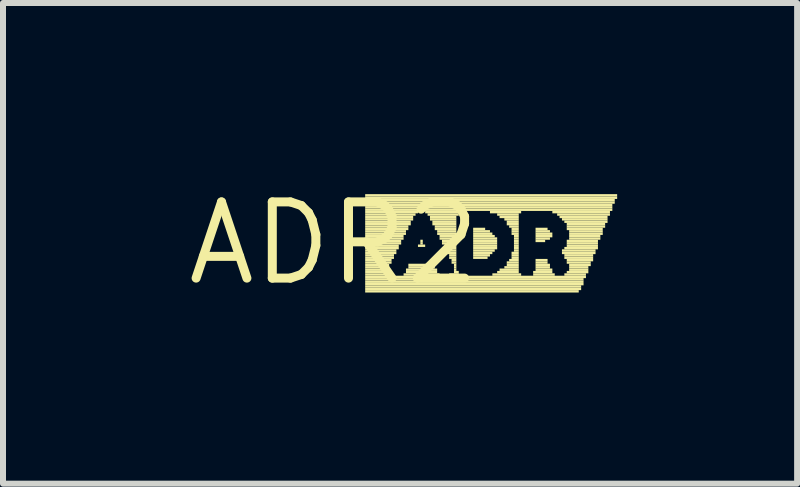
<source format=kicad_pcb>
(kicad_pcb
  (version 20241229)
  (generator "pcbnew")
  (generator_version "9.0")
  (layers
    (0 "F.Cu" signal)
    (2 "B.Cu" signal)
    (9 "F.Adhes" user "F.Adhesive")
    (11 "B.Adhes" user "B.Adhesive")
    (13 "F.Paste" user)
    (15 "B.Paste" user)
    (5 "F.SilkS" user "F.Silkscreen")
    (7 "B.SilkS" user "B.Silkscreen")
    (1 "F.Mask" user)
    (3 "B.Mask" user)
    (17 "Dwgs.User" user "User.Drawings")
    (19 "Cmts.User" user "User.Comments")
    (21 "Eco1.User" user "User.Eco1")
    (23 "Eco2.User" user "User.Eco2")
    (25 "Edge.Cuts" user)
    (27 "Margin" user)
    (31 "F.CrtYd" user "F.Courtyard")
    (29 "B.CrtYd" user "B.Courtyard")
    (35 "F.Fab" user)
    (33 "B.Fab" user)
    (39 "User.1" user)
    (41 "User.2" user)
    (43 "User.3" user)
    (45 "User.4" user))
  (footprint "ADR2"
    (layer "F.Cu")
    (at 2.517 1.006)
    (property "Reference" "ADR2" (at 0 0 0) (layer "F.SilkS") (effects (font (size 1.27 1.27) (thickness 0.15))))
    (attr through_hole)
    (fp_poly (pts (xy 0.52 -0.78) (xy 4.72 -0.78) (xy 4.72 -0.82) (xy 0.52 -0.82)) (stroke (width 0) (type solid)) (fill yes) (layer "F.SilkS"))
    (fp_poly (pts (xy 0.52 -0.74) (xy 4.72 -0.74) (xy 4.72 -0.78) (xy 0.52 -0.78)) (stroke (width 0) (type solid)) (fill yes) (layer "F.SilkS"))
    (fp_poly (pts (xy 0.52 -0.7) (xy 4.68 -0.7) (xy 4.68 -0.74) (xy 0.52 -0.74)) (stroke (width 0) (type solid)) (fill yes) (layer "F.SilkS"))
    (fp_poly (pts (xy 0.52 -0.66) (xy 4.68 -0.66) (xy 4.68 -0.7) (xy 0.52 -0.7)) (stroke (width 0) (type solid)) (fill yes) (layer "F.SilkS"))
    (fp_poly (pts (xy 0.52 -0.62) (xy 4.64 -0.62) (xy 4.64 -0.66) (xy 0.52 -0.66)) (stroke (width 0) (type solid)) (fill yes) (layer "F.SilkS"))
    (fp_poly (pts (xy 0.52 -0.58) (xy 4.64 -0.58) (xy 4.64 -0.62) (xy 0.52 -0.62)) (stroke (width 0) (type solid)) (fill yes) (layer "F.SilkS"))
    (fp_poly (pts (xy 0.52 -0.54) (xy 4.64 -0.54) (xy 4.64 -0.58) (xy 0.52 -0.58)) (stroke (width 0) (type solid)) (fill yes) (layer "F.SilkS"))
    (fp_poly (pts (xy 0.52 -0.5) (xy 1.4 -0.5) (xy 1.4 -0.54) (xy 0.52 -0.54)) (stroke (width 0) (type solid)) (fill yes) (layer "F.SilkS"))
    (fp_poly (pts (xy 0.52 -0.46) (xy 1.36 -0.46) (xy 1.36 -0.5) (xy 0.52 -0.5)) (stroke (width 0) (type solid)) (fill yes) (layer "F.SilkS"))
    (fp_poly (pts (xy 0.52 -0.42) (xy 1.32 -0.42) (xy 1.32 -0.46) (xy 0.52 -0.46)) (stroke (width 0) (type solid)) (fill yes) (layer "F.SilkS"))
    (fp_poly (pts (xy 0.52 -0.38) (xy 1.32 -0.38) (xy 1.32 -0.42) (xy 0.52 -0.42)) (stroke (width 0) (type solid)) (fill yes) (layer "F.SilkS"))
    (fp_poly (pts (xy 0.52 -0.34) (xy 1.28 -0.34) (xy 1.28 -0.38) (xy 0.52 -0.38)) (stroke (width 0) (type solid)) (fill yes) (layer "F.SilkS"))
    (fp_poly (pts (xy 0.52 -0.3) (xy 1.28 -0.3) (xy 1.28 -0.34) (xy 0.52 -0.34)) (stroke (width 0) (type solid)) (fill yes) (layer "F.SilkS"))
    (fp_poly (pts (xy 0.52 -0.26) (xy 1.24 -0.26) (xy 1.24 -0.3) (xy 0.52 -0.3)) (stroke (width 0) (type solid)) (fill yes) (layer "F.SilkS"))
    (fp_poly (pts (xy 0.52 -0.22) (xy 1.24 -0.22) (xy 1.24 -0.26) (xy 0.52 -0.26)) (stroke (width 0) (type solid)) (fill yes) (layer "F.SilkS"))
    (fp_poly (pts (xy 0.52 -0.18) (xy 1.2 -0.18) (xy 1.2 -0.22) (xy 0.52 -0.22)) (stroke (width 0) (type solid)) (fill yes) (layer "F.SilkS"))
    (fp_poly (pts (xy 0.52 -0.14) (xy 1.2 -0.14) (xy 1.2 -0.18) (xy 0.52 -0.18)) (stroke (width 0) (type solid)) (fill yes) (layer "F.SilkS"))
    (fp_poly (pts (xy 0.52 -0.1) (xy 1.16 -0.1) (xy 1.16 -0.14) (xy 0.52 -0.14)) (stroke (width 0) (type solid)) (fill yes) (layer "F.SilkS"))
    (fp_poly (pts (xy 0.52 -0.06) (xy 1.16 -0.06) (xy 1.16 -0.1) (xy 0.52 -0.1)) (stroke (width 0) (type solid)) (fill yes) (layer "F.SilkS"))
    (fp_poly (pts (xy 0.52 -0.02) (xy 1.12 -0.02) (xy 1.12 -0.06) (xy 0.52 -0.06)) (stroke (width 0) (type solid)) (fill yes) (layer "F.SilkS"))
    (fp_poly (pts (xy 0.52 0.02) (xy 1.12 0.02) (xy 1.12 -0.02) (xy 0.52 -0.02)) (stroke (width 0) (type solid)) (fill yes) (layer "F.SilkS"))
    (fp_poly (pts (xy 0.52 0.06) (xy 1.08 0.06) (xy 1.08 0.02) (xy 0.52 0.02)) (stroke (width 0) (type solid)) (fill yes) (layer "F.SilkS"))
    (fp_poly (pts (xy 0.52 0.1) (xy 1.08 0.1) (xy 1.08 0.06) (xy 0.52 0.06)) (stroke (width 0) (type solid)) (fill yes) (layer "F.SilkS"))
    (fp_poly (pts (xy 0.52 0.14) (xy 1.04 0.14) (xy 1.04 0.1) (xy 0.52 0.1)) (stroke (width 0) (type solid)) (fill yes) (layer "F.SilkS"))
    (fp_poly (pts (xy 0.52 0.18) (xy 1.04 0.18) (xy 1.04 0.14) (xy 0.52 0.14)) (stroke (width 0) (type solid)) (fill yes) (layer "F.SilkS"))
    (fp_poly (pts (xy 0.52 0.22) (xy 1 0.22) (xy 1 0.18) (xy 0.52 0.18)) (stroke (width 0) (type solid)) (fill yes) (layer "F.SilkS"))
    (fp_poly (pts (xy 0.52 0.26) (xy 1 0.26) (xy 1 0.22) (xy 0.52 0.22)) (stroke (width 0) (type solid)) (fill yes) (layer "F.SilkS"))
    (fp_poly (pts (xy 0.52 0.3) (xy 0.96 0.3) (xy 0.96 0.26) (xy 0.52 0.26)) (stroke (width 0) (type solid)) (fill yes) (layer "F.SilkS"))
    (fp_poly (pts (xy 0.52 0.34) (xy 0.96 0.34) (xy 0.96 0.3) (xy 0.52 0.3)) (stroke (width 0) (type solid)) (fill yes) (layer "F.SilkS"))
    (fp_poly (pts (xy 0.52 0.38) (xy 0.92 0.38) (xy 0.92 0.34) (xy 0.52 0.34)) (stroke (width 0) (type solid)) (fill yes) (layer "F.SilkS"))
    (fp_poly (pts (xy 0.52 0.42) (xy 0.92 0.42) (xy 0.92 0.38) (xy 0.52 0.38)) (stroke (width 0) (type solid)) (fill yes) (layer "F.SilkS"))
    (fp_poly (pts (xy 0.52 0.46) (xy 0.92 0.46) (xy 0.92 0.42) (xy 0.52 0.42)) (stroke (width 0) (type solid)) (fill yes) (layer "F.SilkS"))
    (fp_poly (pts (xy 0.52 0.5) (xy 0.92 0.5) (xy 0.92 0.46) (xy 0.52 0.46)) (stroke (width 0) (type solid)) (fill yes) (layer "F.SilkS"))
    (fp_poly (pts (xy 0.52 0.54) (xy 1 0.54) (xy 1 0.5) (xy 0.52 0.5)) (stroke (width 0) (type solid)) (fill yes) (layer "F.SilkS"))
    (fp_poly (pts (xy 0.52 0.58) (xy 4.2 0.58) (xy 4.2 0.54) (xy 0.52 0.54)) (stroke (width 0) (type solid)) (fill yes) (layer "F.SilkS"))
    (fp_poly (pts (xy 0.52 0.62) (xy 4.16 0.62) (xy 4.16 0.58) (xy 0.52 0.58)) (stroke (width 0) (type solid)) (fill yes) (layer "F.SilkS"))
    (fp_poly (pts (xy 0.52 0.66) (xy 4.16 0.66) (xy 4.16 0.62) (xy 0.52 0.62)) (stroke (width 0) (type solid)) (fill yes) (layer "F.SilkS"))
    (fp_poly (pts (xy 0.52 0.7) (xy 4.16 0.7) (xy 4.16 0.66) (xy 0.52 0.66)) (stroke (width 0) (type solid)) (fill yes) (layer "F.SilkS"))
    (fp_poly (pts (xy 0.52 0.74) (xy 4.12 0.74) (xy 4.12 0.7) (xy 0.52 0.7)) (stroke (width 0) (type solid)) (fill yes) (layer "F.SilkS"))
    (fp_poly (pts (xy 0.52 0.78) (xy 4.12 0.78) (xy 4.12 0.74) (xy 0.52 0.74)) (stroke (width 0) (type solid)) (fill yes) (layer "F.SilkS"))
    (fp_poly (pts (xy 0.52 0.82) (xy 4.08 0.82) (xy 4.08 0.78) (xy 0.52 0.78)) (stroke (width 0) (type solid)) (fill yes) (layer "F.SilkS"))
    (fp_poly (pts (xy 1.16 0.54) (xy 1.76 0.54) (xy 1.76 0.5) (xy 1.16 0.5)) (stroke (width 0) (type solid)) (fill yes) (layer "F.SilkS"))
    (fp_poly (pts (xy 1.2 0.46) (xy 1.72 0.46) (xy 1.72 0.42) (xy 1.2 0.42)) (stroke (width 0) (type solid)) (fill yes) (layer "F.SilkS"))
    (fp_poly (pts (xy 1.2 0.5) (xy 1.72 0.5) (xy 1.72 0.46) (xy 1.2 0.46)) (stroke (width 0) (type solid)) (fill yes) (layer "F.SilkS"))
    (fp_poly (pts (xy 1.24 0.38) (xy 1.68 0.38) (xy 1.68 0.34) (xy 1.24 0.34)) (stroke (width 0) (type solid)) (fill yes) (layer "F.SilkS"))
    (fp_poly (pts (xy 1.24 0.42) (xy 1.68 0.42) (xy 1.68 0.38) (xy 1.24 0.38)) (stroke (width 0) (type solid)) (fill yes) (layer "F.SilkS"))
    (fp_poly (pts (xy 1.4 0.06) (xy 1.52 0.06) (xy 1.52 0.02) (xy 1.4 0.02)) (stroke (width 0) (type solid)) (fill yes) (layer "F.SilkS"))
    (fp_poly (pts (xy 1.44 -0.02) (xy 1.48 -0.02) (xy 1.48 -0.06) (xy 1.44 -0.06)) (stroke (width 0) (type solid)) (fill yes) (layer "F.SilkS"))
    (fp_poly (pts (xy 1.44 0.02) (xy 1.48 0.02) (xy 1.48 -0.02) (xy 1.44 -0.02)) (stroke (width 0) (type solid)) (fill yes) (layer "F.SilkS"))
    (fp_poly (pts (xy 1.52 -0.5) (xy 2.12 -0.5) (xy 2.12 -0.54) (xy 1.52 -0.54)) (stroke (width 0) (type solid)) (fill yes) (layer "F.SilkS"))
    (fp_poly (pts (xy 1.56 -0.46) (xy 2.08 -0.46) (xy 2.08 -0.5) (xy 1.56 -0.5)) (stroke (width 0) (type solid)) (fill yes) (layer "F.SilkS"))
    (fp_poly (pts (xy 1.6 -0.42) (xy 2.04 -0.42) (xy 2.04 -0.46) (xy 1.6 -0.46)) (stroke (width 0) (type solid)) (fill yes) (layer "F.SilkS"))
    (fp_poly (pts (xy 1.6 -0.38) (xy 2.04 -0.38) (xy 2.04 -0.42) (xy 1.6 -0.42)) (stroke (width 0) (type solid)) (fill yes) (layer "F.SilkS"))
    (fp_poly (pts (xy 1.64 -0.34) (xy 2.04 -0.34) (xy 2.04 -0.38) (xy 1.64 -0.38)) (stroke (width 0) (type solid)) (fill yes) (layer "F.SilkS"))
    (fp_poly (pts (xy 1.64 -0.3) (xy 2.04 -0.3) (xy 2.04 -0.34) (xy 1.64 -0.34)) (stroke (width 0) (type solid)) (fill yes) (layer "F.SilkS"))
    (fp_poly (pts (xy 1.68 -0.26) (xy 2.04 -0.26) (xy 2.04 -0.3) (xy 1.68 -0.3)) (stroke (width 0) (type solid)) (fill yes) (layer "F.SilkS"))
    (fp_poly (pts (xy 1.68 -0.22) (xy 2.04 -0.22) (xy 2.04 -0.26) (xy 1.68 -0.26)) (stroke (width 0) (type solid)) (fill yes) (layer "F.SilkS"))
    (fp_poly (pts (xy 1.72 -0.18) (xy 2.04 -0.18) (xy 2.04 -0.22) (xy 1.72 -0.22)) (stroke (width 0) (type solid)) (fill yes) (layer "F.SilkS"))
    (fp_poly (pts (xy 1.72 -0.14) (xy 2.04 -0.14) (xy 2.04 -0.18) (xy 1.72 -0.18)) (stroke (width 0) (type solid)) (fill yes) (layer "F.SilkS"))
    (fp_poly (pts (xy 1.76 -0.1) (xy 2.04 -0.1) (xy 2.04 -0.14) (xy 1.76 -0.14)) (stroke (width 0) (type solid)) (fill yes) (layer "F.SilkS"))
    (fp_poly (pts (xy 1.76 -0.06) (xy 2.04 -0.06) (xy 2.04 -0.1) (xy 1.76 -0.1)) (stroke (width 0) (type solid)) (fill yes) (layer "F.SilkS"))
    (fp_poly (pts (xy 1.8 -0.02) (xy 2.04 -0.02) (xy 2.04 -0.06) (xy 1.8 -0.06)) (stroke (width 0) (type solid)) (fill yes) (layer "F.SilkS"))
    (fp_poly (pts (xy 1.8 0.02) (xy 2.04 0.02) (xy 2.04 -0.02) (xy 1.8 -0.02)) (stroke (width 0) (type solid)) (fill yes) (layer "F.SilkS"))
    (fp_poly (pts (xy 1.84 0.06) (xy 2.04 0.06) (xy 2.04 0.02) (xy 1.84 0.02)) (stroke (width 0) (type solid)) (fill yes) (layer "F.SilkS"))
    (fp_poly (pts (xy 1.84 0.1) (xy 2.04 0.1) (xy 2.04 0.06) (xy 1.84 0.06)) (stroke (width 0) (type solid)) (fill yes) (layer "F.SilkS"))
    (fp_poly (pts (xy 1.88 0.14) (xy 2.04 0.14) (xy 2.04 0.1) (xy 1.88 0.1)) (stroke (width 0) (type solid)) (fill yes) (layer "F.SilkS"))
    (fp_poly (pts (xy 1.88 0.18) (xy 2.04 0.18) (xy 2.04 0.14) (xy 1.88 0.14)) (stroke (width 0) (type solid)) (fill yes) (layer "F.SilkS"))
    (fp_poly (pts (xy 1.92 0.22) (xy 2.04 0.22) (xy 2.04 0.18) (xy 1.92 0.18)) (stroke (width 0) (type solid)) (fill yes) (layer "F.SilkS"))
    (fp_poly (pts (xy 1.92 0.26) (xy 2.04 0.26) (xy 2.04 0.22) (xy 1.92 0.22)) (stroke (width 0) (type solid)) (fill yes) (layer "F.SilkS"))
    (fp_poly (pts (xy 1.92 0.54) (xy 2.08 0.54) (xy 2.08 0.5) (xy 1.92 0.5)) (stroke (width 0) (type solid)) (fill yes) (layer "F.SilkS"))
    (fp_poly (pts (xy 1.96 0.3) (xy 2.04 0.3) (xy 2.04 0.26) (xy 1.96 0.26)) (stroke (width 0) (type solid)) (fill yes) (layer "F.SilkS"))
    (fp_poly (pts (xy 1.96 0.34) (xy 2.04 0.34) (xy 2.04 0.3) (xy 1.96 0.3)) (stroke (width 0) (type solid)) (fill yes) (layer "F.SilkS"))
    (fp_poly (pts (xy 2 0.38) (xy 2.04 0.38) (xy 2.04 0.34) (xy 2 0.34)) (stroke (width 0) (type solid)) (fill yes) (layer "F.SilkS"))
    (fp_poly (pts (xy 2 0.42) (xy 2.04 0.42) (xy 2.04 0.38) (xy 2 0.38)) (stroke (width 0) (type solid)) (fill yes) (layer "F.SilkS"))
    (fp_poly (pts (xy 2 0.46) (xy 2.04 0.46) (xy 2.04 0.42) (xy 2 0.42)) (stroke (width 0) (type solid)) (fill yes) (layer "F.SilkS"))
    (fp_poly (pts (xy 2 0.5) (xy 2.08 0.5) (xy 2.08 0.46) (xy 2 0.46)) (stroke (width 0) (type solid)) (fill yes) (layer "F.SilkS"))
    (fp_poly (pts (xy 2.32 -0.22) (xy 2.52 -0.22) (xy 2.52 -0.26) (xy 2.32 -0.26)) (stroke (width 0) (type solid)) (fill yes) (layer "F.SilkS"))
    (fp_poly (pts (xy 2.32 -0.18) (xy 2.6 -0.18) (xy 2.6 -0.22) (xy 2.32 -0.22)) (stroke (width 0) (type solid)) (fill yes) (layer "F.SilkS"))
    (fp_poly (pts (xy 2.32 -0.14) (xy 2.64 -0.14) (xy 2.64 -0.18) (xy 2.32 -0.18)) (stroke (width 0) (type solid)) (fill yes) (layer "F.SilkS"))
    (fp_poly (pts (xy 2.32 -0.1) (xy 2.68 -0.1) (xy 2.68 -0.14) (xy 2.32 -0.14)) (stroke (width 0) (type solid)) (fill yes) (layer "F.SilkS"))
    (fp_poly (pts (xy 2.32 -0.06) (xy 2.72 -0.06) (xy 2.72 -0.1) (xy 2.32 -0.1)) (stroke (width 0) (type solid)) (fill yes) (layer "F.SilkS"))
    (fp_poly (pts (xy 2.32 -0.02) (xy 2.72 -0.02) (xy 2.72 -0.06) (xy 2.32 -0.06)) (stroke (width 0) (type solid)) (fill yes) (layer "F.SilkS"))
    (fp_poly (pts (xy 2.32 0.02) (xy 2.72 0.02) (xy 2.72 -0.02) (xy 2.32 -0.02)) (stroke (width 0) (type solid)) (fill yes) (layer "F.SilkS"))
    (fp_poly (pts (xy 2.32 0.06) (xy 2.72 0.06) (xy 2.72 0.02) (xy 2.32 0.02)) (stroke (width 0) (type solid)) (fill yes) (layer "F.SilkS"))
    (fp_poly (pts (xy 2.32 0.1) (xy 2.72 0.1) (xy 2.72 0.06) (xy 2.32 0.06)) (stroke (width 0) (type solid)) (fill yes) (layer "F.SilkS"))
    (fp_poly (pts (xy 2.32 0.14) (xy 2.68 0.14) (xy 2.68 0.1) (xy 2.32 0.1)) (stroke (width 0) (type solid)) (fill yes) (layer "F.SilkS"))
    (fp_poly (pts (xy 2.32 0.18) (xy 2.64 0.18) (xy 2.64 0.14) (xy 2.32 0.14)) (stroke (width 0) (type solid)) (fill yes) (layer "F.SilkS"))
    (fp_poly (pts (xy 2.32 0.22) (xy 2.6 0.22) (xy 2.6 0.18) (xy 2.32 0.18)) (stroke (width 0) (type solid)) (fill yes) (layer "F.SilkS"))
    (fp_poly (pts (xy 2.32 0.26) (xy 2.56 0.26) (xy 2.56 0.22) (xy 2.32 0.22)) (stroke (width 0) (type solid)) (fill yes) (layer "F.SilkS"))
    (fp_poly (pts (xy 2.6 -0.5) (xy 3.12 -0.5) (xy 3.12 -0.54) (xy 2.6 -0.54)) (stroke (width 0) (type solid)) (fill yes) (layer "F.SilkS"))
    (fp_poly (pts (xy 2.64 0.54) (xy 3.12 0.54) (xy 3.12 0.5) (xy 2.64 0.5)) (stroke (width 0) (type solid)) (fill yes) (layer "F.SilkS"))
    (fp_poly (pts (xy 2.72 -0.46) (xy 3.08 -0.46) (xy 3.08 -0.5) (xy 2.72 -0.5)) (stroke (width 0) (type solid)) (fill yes) (layer "F.SilkS"))
    (fp_poly (pts (xy 2.72 0.5) (xy 3.08 0.5) (xy 3.08 0.46) (xy 2.72 0.46)) (stroke (width 0) (type solid)) (fill yes) (layer "F.SilkS"))
    (fp_poly (pts (xy 2.76 -0.42) (xy 3.08 -0.42) (xy 3.08 -0.46) (xy 2.76 -0.46)) (stroke (width 0) (type solid)) (fill yes) (layer "F.SilkS"))
    (fp_poly (pts (xy 2.76 0.46) (xy 3.08 0.46) (xy 3.08 0.42) (xy 2.76 0.42)) (stroke (width 0) (type solid)) (fill yes) (layer "F.SilkS"))
    (fp_poly (pts (xy 2.84 -0.38) (xy 3.08 -0.38) (xy 3.08 -0.42) (xy 2.84 -0.42)) (stroke (width 0) (type solid)) (fill yes) (layer "F.SilkS"))
    (fp_poly (pts (xy 2.84 0.42) (xy 3.08 0.42) (xy 3.08 0.38) (xy 2.84 0.38)) (stroke (width 0) (type solid)) (fill yes) (layer "F.SilkS"))
    (fp_poly (pts (xy 2.88 -0.34) (xy 3.08 -0.34) (xy 3.08 -0.38) (xy 2.88 -0.38)) (stroke (width 0) (type solid)) (fill yes) (layer "F.SilkS"))
    (fp_poly (pts (xy 2.88 -0.3) (xy 3.08 -0.3) (xy 3.08 -0.34) (xy 2.88 -0.34)) (stroke (width 0) (type solid)) (fill yes) (layer "F.SilkS"))
    (fp_poly (pts (xy 2.88 0.34) (xy 3.08 0.34) (xy 3.08 0.3) (xy 2.88 0.3)) (stroke (width 0) (type solid)) (fill yes) (layer "F.SilkS"))
    (fp_poly (pts (xy 2.88 0.38) (xy 3.08 0.38) (xy 3.08 0.34) (xy 2.88 0.34)) (stroke (width 0) (type solid)) (fill yes) (layer "F.SilkS"))
    (fp_poly (pts (xy 2.92 -0.26) (xy 3.08 -0.26) (xy 3.08 -0.3) (xy 2.92 -0.3)) (stroke (width 0) (type solid)) (fill yes) (layer "F.SilkS"))
    (fp_poly (pts (xy 2.92 0.3) (xy 3.08 0.3) (xy 3.08 0.26) (xy 2.92 0.26)) (stroke (width 0) (type solid)) (fill yes) (layer "F.SilkS"))
    (fp_poly (pts (xy 2.96 -0.22) (xy 3.08 -0.22) (xy 3.08 -0.26) (xy 2.96 -0.26)) (stroke (width 0) (type solid)) (fill yes) (layer "F.SilkS"))
    (fp_poly (pts (xy 2.96 -0.18) (xy 3.08 -0.18) (xy 3.08 -0.22) (xy 2.96 -0.22)) (stroke (width 0) (type solid)) (fill yes) (layer "F.SilkS"))
    (fp_poly (pts (xy 2.96 -0.14) (xy 3.08 -0.14) (xy 3.08 -0.18) (xy 2.96 -0.18)) (stroke (width 0) (type solid)) (fill yes) (layer "F.SilkS"))
    (fp_poly (pts (xy 2.96 0.18) (xy 3.08 0.18) (xy 3.08 0.14) (xy 2.96 0.14)) (stroke (width 0) (type solid)) (fill yes) (layer "F.SilkS"))
    (fp_poly (pts (xy 2.96 0.22) (xy 3.08 0.22) (xy 3.08 0.18) (xy 2.96 0.18)) (stroke (width 0) (type solid)) (fill yes) (layer "F.SilkS"))
    (fp_poly (pts (xy 2.96 0.26) (xy 3.08 0.26) (xy 3.08 0.22) (xy 2.96 0.22)) (stroke (width 0) (type solid)) (fill yes) (layer "F.SilkS"))
    (fp_poly (pts (xy 3 -0.1) (xy 3.08 -0.1) (xy 3.08 -0.14) (xy 3 -0.14)) (stroke (width 0) (type solid)) (fill yes) (layer "F.SilkS"))
    (fp_poly (pts (xy 3 -0.06) (xy 3.08 -0.06) (xy 3.08 -0.1) (xy 3 -0.1)) (stroke (width 0) (type solid)) (fill yes) (layer "F.SilkS"))
    (fp_poly (pts (xy 3 -0.02) (xy 3.08 -0.02) (xy 3.08 -0.06) (xy 3 -0.06)) (stroke (width 0) (type solid)) (fill yes) (layer "F.SilkS"))
    (fp_poly (pts (xy 3 0.02) (xy 3.08 0.02) (xy 3.08 -0.02) (xy 3 -0.02)) (stroke (width 0) (type solid)) (fill yes) (layer "F.SilkS"))
    (fp_poly (pts (xy 3 0.06) (xy 3.08 0.06) (xy 3.08 0.02) (xy 3 0.02)) (stroke (width 0) (type solid)) (fill yes) (layer "F.SilkS"))
    (fp_poly (pts (xy 3 0.1) (xy 3.08 0.1) (xy 3.08 0.06) (xy 3 0.06)) (stroke (width 0) (type solid)) (fill yes) (layer "F.SilkS"))
    (fp_poly (pts (xy 3 0.14) (xy 3.08 0.14) (xy 3.08 0.1) (xy 3 0.1)) (stroke (width 0) (type solid)) (fill yes) (layer "F.SilkS"))
    (fp_poly (pts (xy 3.32 0.5) (xy 3.64 0.5) (xy 3.64 0.46) (xy 3.32 0.46)) (stroke (width 0) (type solid)) (fill yes) (layer "F.SilkS"))
    (fp_poly (pts (xy 3.32 0.54) (xy 3.68 0.54) (xy 3.68 0.5) (xy 3.32 0.5)) (stroke (width 0) (type solid)) (fill yes) (layer "F.SilkS"))
    (fp_poly (pts (xy 3.36 -0.22) (xy 3.56 -0.22) (xy 3.56 -0.26) (xy 3.36 -0.26)) (stroke (width 0) (type solid)) (fill yes) (layer "F.SilkS"))
    (fp_poly (pts (xy 3.36 -0.18) (xy 3.6 -0.18) (xy 3.6 -0.22) (xy 3.36 -0.22)) (stroke (width 0) (type solid)) (fill yes) (layer "F.SilkS"))
    (fp_poly (pts (xy 3.36 -0.14) (xy 3.64 -0.14) (xy 3.64 -0.18) (xy 3.36 -0.18)) (stroke (width 0) (type solid)) (fill yes) (layer "F.SilkS"))
    (fp_poly (pts (xy 3.36 -0.1) (xy 3.64 -0.1) (xy 3.64 -0.14) (xy 3.36 -0.14)) (stroke (width 0) (type solid)) (fill yes) (layer "F.SilkS"))
    (fp_poly (pts (xy 3.36 -0.06) (xy 3.6 -0.06) (xy 3.6 -0.1) (xy 3.36 -0.1)) (stroke (width 0) (type solid)) (fill yes) (layer "F.SilkS"))
    (fp_poly (pts (xy 3.36 -0.02) (xy 3.52 -0.02) (xy 3.52 -0.06) (xy 3.36 -0.06)) (stroke (width 0) (type solid)) (fill yes) (layer "F.SilkS"))
    (fp_poly (pts (xy 3.36 0.3) (xy 3.56 0.3) (xy 3.56 0.26) (xy 3.36 0.26)) (stroke (width 0) (type solid)) (fill yes) (layer "F.SilkS"))
    (fp_poly (pts (xy 3.36 0.34) (xy 3.56 0.34) (xy 3.56 0.3) (xy 3.36 0.3)) (stroke (width 0) (type solid)) (fill yes) (layer "F.SilkS"))
    (fp_poly (pts (xy 3.36 0.38) (xy 3.6 0.38) (xy 3.6 0.34) (xy 3.36 0.34)) (stroke (width 0) (type solid)) (fill yes) (layer "F.SilkS"))
    (fp_poly (pts (xy 3.36 0.42) (xy 3.6 0.42) (xy 3.6 0.38) (xy 3.36 0.38)) (stroke (width 0) (type solid)) (fill yes) (layer "F.SilkS"))
    (fp_poly (pts (xy 3.36 0.46) (xy 3.64 0.46) (xy 3.64 0.42) (xy 3.36 0.42)) (stroke (width 0) (type solid)) (fill yes) (layer "F.SilkS"))
    (fp_poly (pts (xy 3.64 -0.5) (xy 4.6 -0.5) (xy 4.6 -0.54) (xy 3.64 -0.54)) (stroke (width 0) (type solid)) (fill yes) (layer "F.SilkS"))
    (fp_poly (pts (xy 3.72 -0.46) (xy 4.6 -0.46) (xy 4.6 -0.5) (xy 3.72 -0.5)) (stroke (width 0) (type solid)) (fill yes) (layer "F.SilkS"))
    (fp_poly (pts (xy 3.76 -0.42) (xy 4.56 -0.42) (xy 4.56 -0.46) (xy 3.76 -0.46)) (stroke (width 0) (type solid)) (fill yes) (layer "F.SilkS"))
    (fp_poly (pts (xy 3.8 -0.38) (xy 4.56 -0.38) (xy 4.56 -0.42) (xy 3.8 -0.42)) (stroke (width 0) (type solid)) (fill yes) (layer "F.SilkS"))
    (fp_poly (pts (xy 3.8 0.14) (xy 4.36 0.14) (xy 4.36 0.1) (xy 3.8 0.1)) (stroke (width 0) (type solid)) (fill yes) (layer "F.SilkS"))
    (fp_poly (pts (xy 3.8 0.18) (xy 4.36 0.18) (xy 4.36 0.14) (xy 3.8 0.14)) (stroke (width 0) (type solid)) (fill yes) (layer "F.SilkS"))
    (fp_poly (pts (xy 3.84 -0.34) (xy 4.56 -0.34) (xy 4.56 -0.38) (xy 3.84 -0.38)) (stroke (width 0) (type solid)) (fill yes) (layer "F.SilkS"))
    (fp_poly (pts (xy 3.84 0.1) (xy 4.4 0.1) (xy 4.4 0.06) (xy 3.84 0.06)) (stroke (width 0) (type solid)) (fill yes) (layer "F.SilkS"))
    (fp_poly (pts (xy 3.84 0.22) (xy 4.32 0.22) (xy 4.32 0.18) (xy 3.84 0.18)) (stroke (width 0) (type solid)) (fill yes) (layer "F.SilkS"))
    (fp_poly (pts (xy 3.84 0.26) (xy 4.32 0.26) (xy 4.32 0.22) (xy 3.84 0.22)) (stroke (width 0) (type solid)) (fill yes) (layer "F.SilkS"))
    (fp_poly (pts (xy 3.84 0.54) (xy 4.2 0.54) (xy 4.2 0.5) (xy 3.84 0.5)) (stroke (width 0) (type solid)) (fill yes) (layer "F.SilkS"))
    (fp_poly (pts (xy 3.88 -0.3) (xy 4.52 -0.3) (xy 4.52 -0.34) (xy 3.88 -0.34)) (stroke (width 0) (type solid)) (fill yes) (layer "F.SilkS"))
    (fp_poly (pts (xy 3.88 -0.26) (xy 4.52 -0.26) (xy 4.52 -0.3) (xy 3.88 -0.3)) (stroke (width 0) (type solid)) (fill yes) (layer "F.SilkS"))
    (fp_poly (pts (xy 3.88 -0.22) (xy 4.48 -0.22) (xy 4.48 -0.26) (xy 3.88 -0.26)) (stroke (width 0) (type solid)) (fill yes) (layer "F.SilkS"))
    (fp_poly (pts (xy 3.88 -0.02) (xy 4.4 -0.02) (xy 4.4 -0.06) (xy 3.88 -0.06)) (stroke (width 0) (type solid)) (fill yes) (layer "F.SilkS"))
    (fp_poly (pts (xy 3.88 0.02) (xy 4.4 0.02) (xy 4.4 -0.02) (xy 3.88 -0.02)) (stroke (width 0) (type solid)) (fill yes) (layer "F.SilkS"))
    (fp_poly (pts (xy 3.88 0.06) (xy 4.4 0.06) (xy 4.4 0.02) (xy 3.88 0.02)) (stroke (width 0) (type solid)) (fill yes) (layer "F.SilkS"))
    (fp_poly (pts (xy 3.88 0.3) (xy 4.32 0.3) (xy 4.32 0.26) (xy 3.88 0.26)) (stroke (width 0) (type solid)) (fill yes) (layer "F.SilkS"))
    (fp_poly (pts (xy 3.88 0.34) (xy 4.28 0.34) (xy 4.28 0.3) (xy 3.88 0.3)) (stroke (width 0) (type solid)) (fill yes) (layer "F.SilkS"))
    (fp_poly (pts (xy 3.88 0.5) (xy 4.24 0.5) (xy 4.24 0.46) (xy 3.88 0.46)) (stroke (width 0) (type solid)) (fill yes) (layer "F.SilkS"))
    (fp_poly (pts (xy 3.92 -0.18) (xy 4.48 -0.18) (xy 4.48 -0.22) (xy 3.92 -0.22)) (stroke (width 0) (type solid)) (fill yes) (layer "F.SilkS"))
    (fp_poly (pts (xy 3.92 -0.14) (xy 4.48 -0.14) (xy 4.48 -0.18) (xy 3.92 -0.18)) (stroke (width 0) (type solid)) (fill yes) (layer "F.SilkS"))
    (fp_poly (pts (xy 3.92 -0.1) (xy 4.44 -0.1) (xy 4.44 -0.14) (xy 3.92 -0.14)) (stroke (width 0) (type solid)) (fill yes) (layer "F.SilkS"))
    (fp_poly (pts (xy 3.92 -0.06) (xy 4.44 -0.06) (xy 4.44 -0.1) (xy 3.92 -0.1)) (stroke (width 0) (type solid)) (fill yes) (layer "F.SilkS"))
    (fp_poly (pts (xy 3.92 0.38) (xy 4.28 0.38) (xy 4.28 0.34) (xy 3.92 0.34)) (stroke (width 0) (type solid)) (fill yes) (layer "F.SilkS"))
    (fp_poly (pts (xy 3.92 0.42) (xy 4.24 0.42) (xy 4.24 0.38) (xy 3.92 0.38)) (stroke (width 0) (type solid)) (fill yes) (layer "F.SilkS"))
    (fp_poly (pts (xy 3.92 0.46) (xy 4.24 0.46) (xy 4.24 0.42) (xy 3.92 0.42)) (stroke (width 0) (type solid)) (fill yes) (layer "F.SilkS")))
  (gr_rect
    (start -3 -3)
    (end 10.237 5.012)
    (stroke (width 0.1) (type default))
    (fill no)
    (layer "Edge.Cuts")))
</source>
